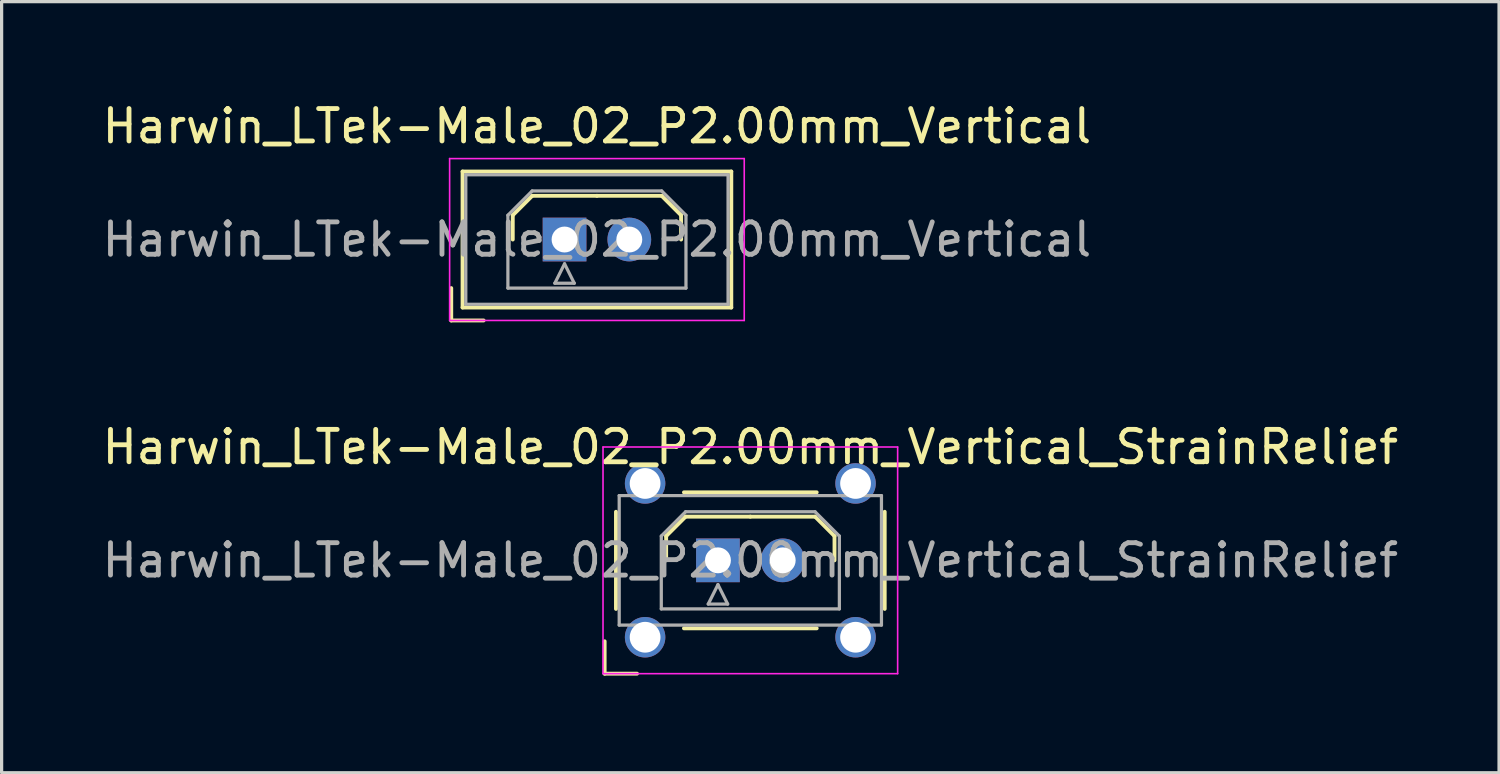
<source format=kicad_pcb>
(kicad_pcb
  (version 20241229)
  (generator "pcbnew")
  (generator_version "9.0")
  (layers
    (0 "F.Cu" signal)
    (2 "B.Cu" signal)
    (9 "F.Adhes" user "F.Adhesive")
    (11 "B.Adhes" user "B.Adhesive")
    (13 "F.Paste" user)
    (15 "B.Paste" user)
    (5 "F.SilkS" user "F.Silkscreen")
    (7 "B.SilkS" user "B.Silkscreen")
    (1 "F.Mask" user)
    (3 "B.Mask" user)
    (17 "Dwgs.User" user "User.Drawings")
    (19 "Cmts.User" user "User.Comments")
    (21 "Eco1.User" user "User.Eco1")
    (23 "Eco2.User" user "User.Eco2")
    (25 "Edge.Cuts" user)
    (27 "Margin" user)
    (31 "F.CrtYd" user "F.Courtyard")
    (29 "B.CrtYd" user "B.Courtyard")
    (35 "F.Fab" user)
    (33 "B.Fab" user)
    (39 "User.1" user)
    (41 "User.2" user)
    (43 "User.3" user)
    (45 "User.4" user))
  (footprint "Harwin_LTek-Male_02_P2.00mm_Vertical_StrainRelief"
    (layer "F.Cu")
    (at 19.125 14.257)
    (property "Reference" "Harwin_LTek-Male_02_P2.00mm_Vertical_StrainRelief" (at 1 -3.5 0) (layer "F.SilkS") (effects (font (size 1 1) (thickness 0.15))))
    (attr through_hole)
    (fp_line (start -3.5 2.5) (end -3.5 3.5) (stroke (width 0.12) (type solid)) (layer "F.SilkS"))
    (fp_line (start -3.5 3.5) (end -2.5 3.5) (stroke (width 0.12) (type solid)) (layer "F.SilkS"))
    (fp_line (start -3.15 -1.5) (end -3.15 1.5) (stroke (width 0.12) (type solid)) (layer "F.SilkS"))
    (fp_line (start -1.6 -0.75) (end -1 -1.35) (stroke (width 0.12) (type solid)) (layer "F.SilkS"))
    (fp_line (start -1.6 0) (end -1.6 -0.75) (stroke (width 0.12) (type solid)) (layer "F.SilkS"))
    (fp_line (start -1.05 -2.1) (end 3.05 -2.1) (stroke (width 0.12) (type solid)) (layer "F.SilkS"))
    (fp_line (start -1.05 2.1) (end 3.05 2.1) (stroke (width 0.12) (type solid)) (layer "F.SilkS"))
    (fp_line (start -1 -1.35) (end 1 -1.35) (stroke (width 0.12) (type solid)) (layer "F.SilkS"))
    (fp_line (start 3 -1.35) (end 1 -1.35) (stroke (width 0.12) (type solid)) (layer "F.SilkS"))
    (fp_line (start 3.6 -0.75) (end 3 -1.35) (stroke (width 0.12) (type solid)) (layer "F.SilkS"))
    (fp_line (start 3.6 0) (end 3.6 -0.75) (stroke (width 0.12) (type solid)) (layer "F.SilkS"))
    (fp_line (start 5.15 -1.5) (end 5.15 1.5) (stroke (width 0.12) (type solid)) (layer "F.SilkS"))
    (fp_line (start -3.55 -3.5) (end -3.55 3.5) (stroke (width 0.05) (type solid)) (layer "F.CrtYd"))
    (fp_line (start -3.55 3.5) (end 5.55 3.5) (stroke (width 0.05) (type solid)) (layer "F.CrtYd"))
    (fp_line (start 5.55 -3.5) (end -3.55 -3.5) (stroke (width 0.05) (type solid)) (layer "F.CrtYd"))
    (fp_line (start 5.55 3.5) (end 5.55 -3.5) (stroke (width 0.05) (type solid)) (layer "F.CrtYd"))
    (fp_line (start -3.05 -2) (end -3.05 2) (stroke (width 0.1) (type solid)) (layer "F.Fab"))
    (fp_line (start -3.05 2) (end 5.05 2) (stroke (width 0.1) (type solid)) (layer "F.Fab"))
    (fp_line (start -1.75 -0.75) (end -1 -1.5) (stroke (width 0.1) (type solid)) (layer "F.Fab"))
    (fp_line (start -1.75 1.5) (end -1.75 -0.75) (stroke (width 0.1) (type solid)) (layer "F.Fab"))
    (fp_line (start -1 -1.5) (end 3 -1.5) (stroke (width 0.1) (type solid)) (layer "F.Fab"))
    (fp_line (start -0.3 1.35) (end 0.3 1.35) (stroke (width 0.1) (type solid)) (layer "F.Fab"))
    (fp_line (start 0 0.75) (end -0.3 1.35) (stroke (width 0.1) (type solid)) (layer "F.Fab"))
    (fp_line (start 0.3 1.35) (end 0 0.75) (stroke (width 0.1) (type solid)) (layer "F.Fab"))
    (fp_line (start 3 -1.5) (end 3.75 -0.75) (stroke (width 0.1) (type solid)) (layer "F.Fab"))
    (fp_line (start 3.75 -0.75) (end 3.75 1.5) (stroke (width 0.1) (type solid)) (layer "F.Fab"))
    (fp_line (start 3.75 1.5) (end -1.75 1.5) (stroke (width 0.1) (type solid)) (layer "F.Fab"))
    (fp_line (start 5.05 -2) (end -3.05 -2) (stroke (width 0.1) (type solid)) (layer "F.Fab"))
    (fp_line (start 5.05 2) (end 5.05 -2) (stroke (width 0.1) (type solid)) (layer "F.Fab"))
    (fp_text user "${REFERENCE}" (at 1 0 0) (layer "F.Fab") (effects (font (size 1 1) (thickness 0.15))))
    (pad "" thru_hole circle (at -2.25 -2.375) (size 1.25 1.25) (drill 0.95) (layers "*.Cu" "*.Mask"))
    (pad "" thru_hole circle (at -2.25 2.375) (size 1.25 1.25) (drill 0.95) (layers "*.Cu" "*.Mask"))
    (pad "" thru_hole circle (at 4.25 -2.375) (size 1.25 1.25) (drill 0.95) (layers "*.Cu" "*.Mask"))
    (pad "" thru_hole circle (at 4.25 2.375) (size 1.25 1.25) (drill 0.95) (layers "*.Cu" "*.Mask"))
    (pad "1" thru_hole rect (at 0 0) (size 1.35 1.35) (drill 0.8) (layers "*.Cu" "*.Mask"))
    (pad "2" thru_hole circle (at 2 0) (size 1.35 1.35) (drill 0.8) (layers "*.Cu" "*.Mask")))
  (footprint "Harwin_LTek-Male_02_P2.00mm_Vertical"
    (layer "F.Cu")
    (at 14.387 4.348)
    (property "Reference" "Harwin_LTek-Male_02_P2.00mm_Vertical" (at 1 -3.5 0) (layer "F.SilkS") (effects (font (size 1 1) (thickness 0.15))))
    (attr through_hole)
    (fp_line (start -3.5 1.5) (end -3.5 2.5) (stroke (width 0.12) (type solid)) (layer "F.SilkS"))
    (fp_line (start -3.5 2.5) (end -2.5 2.5) (stroke (width 0.12) (type solid)) (layer "F.SilkS"))
    (fp_line (start -3.15 -2.1) (end -3.15 2.1) (stroke (width 0.12) (type solid)) (layer "F.SilkS"))
    (fp_line (start -3.15 2.1) (end 5.15 2.1) (stroke (width 0.12) (type solid)) (layer "F.SilkS"))
    (fp_line (start -1.6 -0.75) (end -1 -1.35) (stroke (width 0.12) (type solid)) (layer "F.SilkS"))
    (fp_line (start -1.6 0) (end -1.6 -0.75) (stroke (width 0.12) (type solid)) (layer "F.SilkS"))
    (fp_line (start -1 -1.35) (end 1 -1.35) (stroke (width 0.12) (type solid)) (layer "F.SilkS"))
    (fp_line (start 3 -1.35) (end 1 -1.35) (stroke (width 0.12) (type solid)) (layer "F.SilkS"))
    (fp_line (start 3.6 -0.75) (end 3 -1.35) (stroke (width 0.12) (type solid)) (layer "F.SilkS"))
    (fp_line (start 3.6 0) (end 3.6 -0.75) (stroke (width 0.12) (type solid)) (layer "F.SilkS"))
    (fp_line (start 5.15 -2.1) (end -3.15 -2.1) (stroke (width 0.12) (type solid)) (layer "F.SilkS"))
    (fp_line (start 5.15 2.1) (end 5.15 -2.1) (stroke (width 0.12) (type solid)) (layer "F.SilkS"))
    (fp_line (start -3.55 -2.5) (end -3.55 2.5) (stroke (width 0.05) (type solid)) (layer "F.CrtYd"))
    (fp_line (start -3.55 2.5) (end 5.55 2.5) (stroke (width 0.05) (type solid)) (layer "F.CrtYd"))
    (fp_line (start 5.55 -2.5) (end -3.55 -2.5) (stroke (width 0.05) (type solid)) (layer "F.CrtYd"))
    (fp_line (start 5.55 2.5) (end 5.55 -2.5) (stroke (width 0.05) (type solid)) (layer "F.CrtYd"))
    (fp_line (start -3.05 -2) (end -3.05 2) (stroke (width 0.1) (type solid)) (layer "F.Fab"))
    (fp_line (start -3.05 2) (end 5.05 2) (stroke (width 0.1) (type solid)) (layer "F.Fab"))
    (fp_line (start -1.75 -0.75) (end -1 -1.5) (stroke (width 0.1) (type solid)) (layer "F.Fab"))
    (fp_line (start -1.75 1.5) (end -1.75 -0.75) (stroke (width 0.1) (type solid)) (layer "F.Fab"))
    (fp_line (start -1 -1.5) (end 3 -1.5) (stroke (width 0.1) (type solid)) (layer "F.Fab"))
    (fp_line (start -0.3 1.35) (end 0.3 1.35) (stroke (width 0.1) (type solid)) (layer "F.Fab"))
    (fp_line (start 0 0.75) (end -0.3 1.35) (stroke (width 0.1) (type solid)) (layer "F.Fab"))
    (fp_line (start 0.3 1.35) (end 0 0.75) (stroke (width 0.1) (type solid)) (layer "F.Fab"))
    (fp_line (start 3 -1.5) (end 3.75 -0.75) (stroke (width 0.1) (type solid)) (layer "F.Fab"))
    (fp_line (start 3.75 -0.75) (end 3.75 1.5) (stroke (width 0.1) (type solid)) (layer "F.Fab"))
    (fp_line (start 3.75 1.5) (end -1.75 1.5) (stroke (width 0.1) (type solid)) (layer "F.Fab"))
    (fp_line (start 5.05 -2) (end -3.05 -2) (stroke (width 0.1) (type solid)) (layer "F.Fab"))
    (fp_line (start 5.05 2) (end 5.05 -2) (stroke (width 0.1) (type solid)) (layer "F.Fab"))
    (fp_text user "${REFERENCE}" (at 1 0 0) (layer "F.Fab") (effects (font (size 1 1) (thickness 0.15))))
    (pad "1" thru_hole rect (at 0 0) (size 1.35 1.35) (drill 0.8) (layers "*.Cu" "*.Mask"))
    (pad "2" thru_hole circle (at 2 0) (size 1.35 1.35) (drill 0.8) (layers "*.Cu" "*.Mask")))
  (gr_rect
    (start -3 -3)
    (end 43.25 20.817)
    (stroke (width 0.1) (type default))
    (fill no)
    (layer "Edge.Cuts")))
</source>
